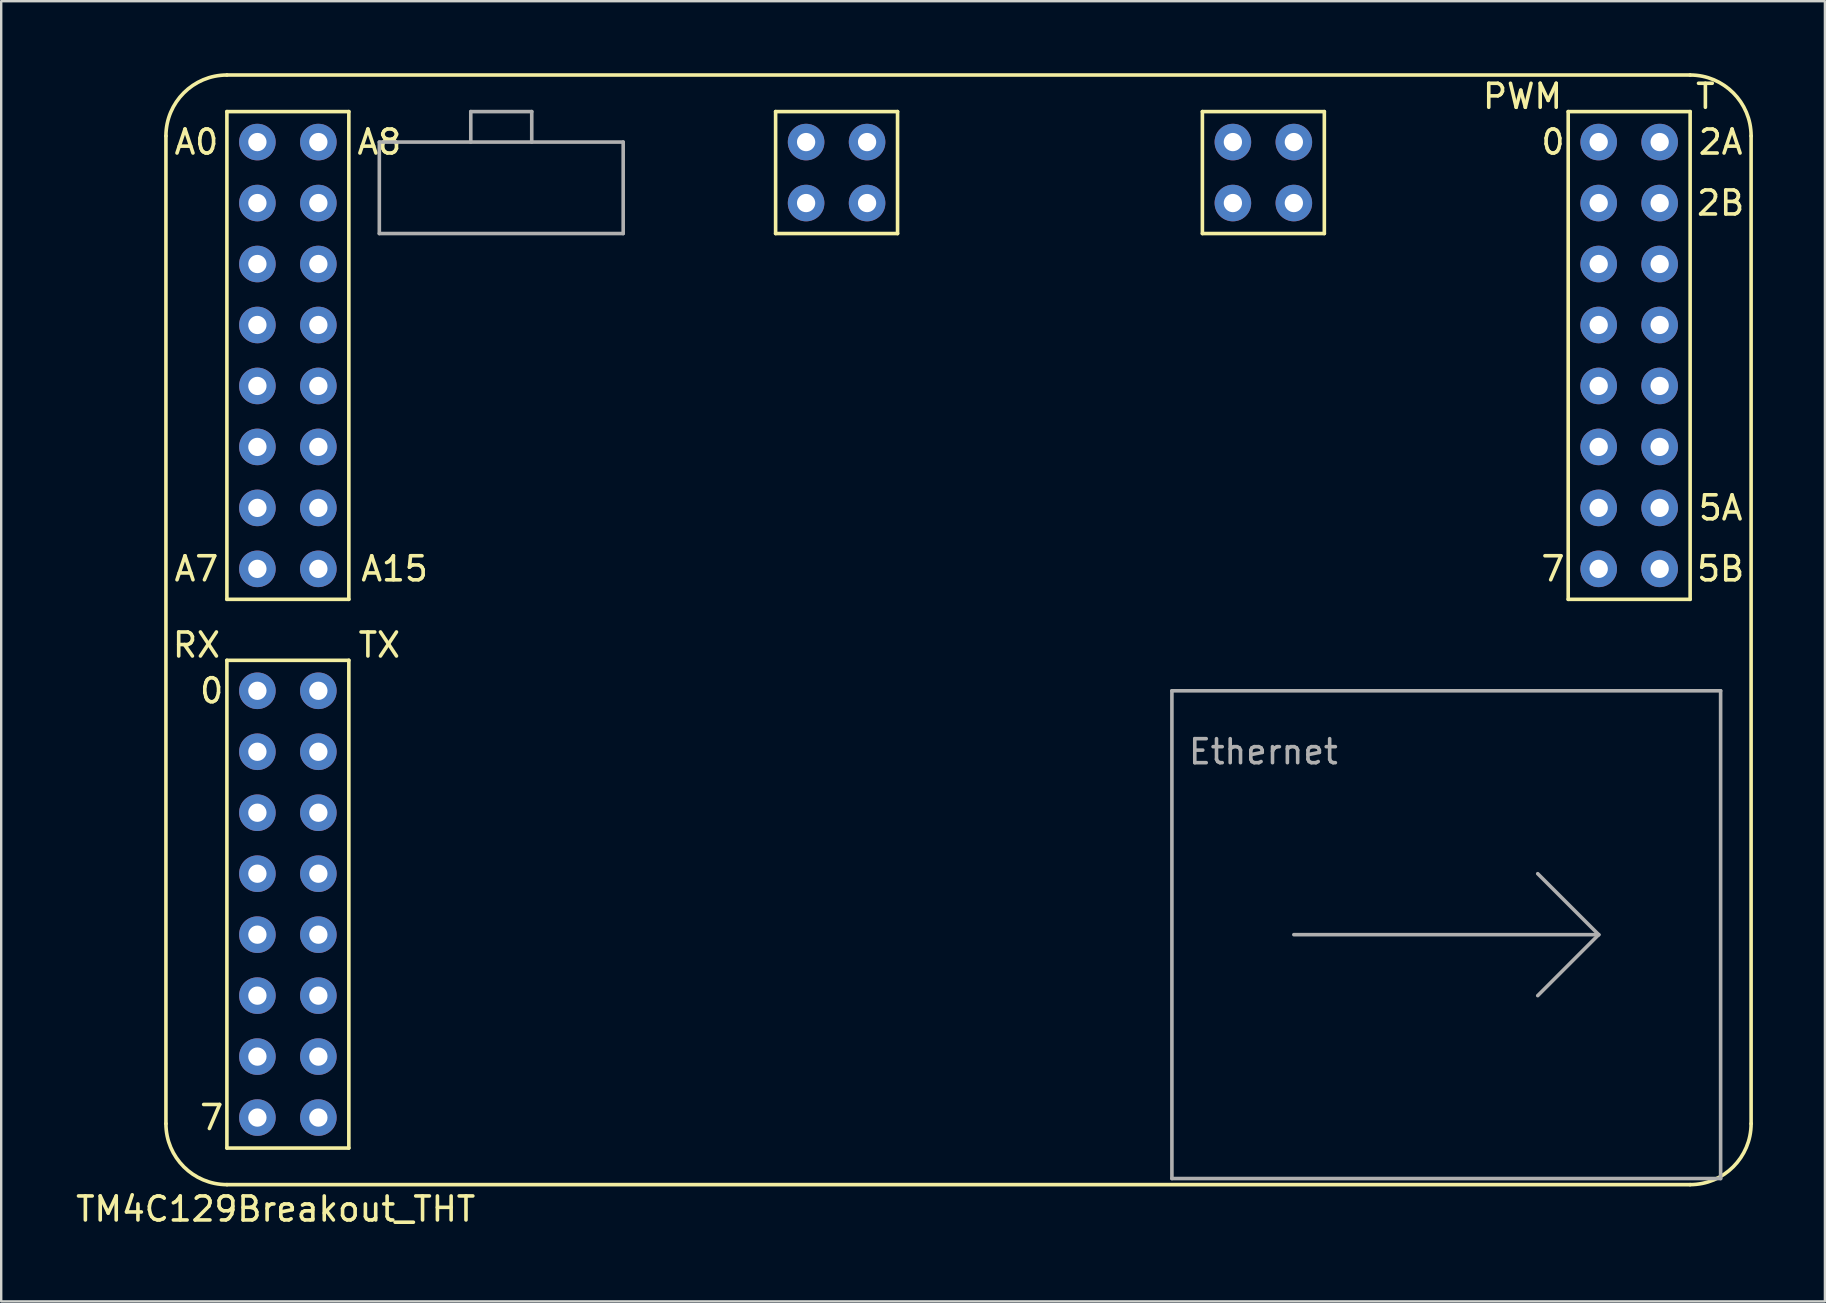
<source format=kicad_pcb>
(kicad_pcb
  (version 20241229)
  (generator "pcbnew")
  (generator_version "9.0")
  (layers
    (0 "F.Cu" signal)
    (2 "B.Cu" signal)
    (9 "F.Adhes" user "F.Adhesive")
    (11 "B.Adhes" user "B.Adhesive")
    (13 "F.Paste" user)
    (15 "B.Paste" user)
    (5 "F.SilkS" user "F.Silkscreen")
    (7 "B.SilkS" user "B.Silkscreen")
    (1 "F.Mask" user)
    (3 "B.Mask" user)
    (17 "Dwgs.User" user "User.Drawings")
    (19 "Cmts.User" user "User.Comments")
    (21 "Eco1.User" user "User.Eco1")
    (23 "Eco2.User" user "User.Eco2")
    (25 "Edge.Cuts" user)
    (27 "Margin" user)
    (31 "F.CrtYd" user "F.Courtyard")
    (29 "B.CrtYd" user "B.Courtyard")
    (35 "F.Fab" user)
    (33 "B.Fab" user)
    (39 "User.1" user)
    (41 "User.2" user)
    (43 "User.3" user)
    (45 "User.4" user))
  (footprint "TM4C129Breakout_THT"
    (layer "F.Cu")
    (at 5.133 0.329)
    (property "Reference" "TM4C129Breakout_THT" (at 3.302 46.99 0) (layer "F.SilkS") (effects (font (size 1 1) (thickness 0.15))))
    (attr through_hole)
    (fp_line (start -1.27 43.434) (end -1.27 2.286) (stroke (width 0.15) (type solid)) (layer "F.SilkS"))
    (fp_line (start 1.27 -0.254) (end 62.23 -0.254) (stroke (width 0.15) (type solid)) (layer "F.SilkS"))
    (fp_line (start 1.27 1.27) (end 6.35 1.27) (stroke (width 0.15) (type solid)) (layer "F.SilkS"))
    (fp_line (start 1.27 21.59) (end 1.27 1.27) (stroke (width 0.15) (type solid)) (layer "F.SilkS"))
    (fp_line (start 1.27 24.13) (end 1.27 44.45) (stroke (width 0.15) (type solid)) (layer "F.SilkS"))
    (fp_line (start 1.27 44.45) (end 6.35 44.45) (stroke (width 0.15) (type solid)) (layer "F.SilkS"))
    (fp_line (start 6.35 1.27) (end 6.35 21.59) (stroke (width 0.15) (type solid)) (layer "F.SilkS"))
    (fp_line (start 6.35 21.59) (end 1.27 21.59) (stroke (width 0.15) (type solid)) (layer "F.SilkS"))
    (fp_line (start 6.35 24.13) (end 1.27 24.13) (stroke (width 0.15) (type solid)) (layer "F.SilkS"))
    (fp_line (start 6.35 44.45) (end 6.35 24.13) (stroke (width 0.15) (type solid)) (layer "F.SilkS"))
    (fp_line (start 24.13 1.27) (end 29.21 1.27) (stroke (width 0.15) (type solid)) (layer "F.SilkS"))
    (fp_line (start 24.13 6.35) (end 24.13 1.27) (stroke (width 0.15) (type solid)) (layer "F.SilkS"))
    (fp_line (start 29.21 1.27) (end 29.21 6.35) (stroke (width 0.15) (type solid)) (layer "F.SilkS"))
    (fp_line (start 29.21 6.35) (end 24.13 6.35) (stroke (width 0.15) (type solid)) (layer "F.SilkS"))
    (fp_line (start 41.91 1.27) (end 46.99 1.27) (stroke (width 0.15) (type solid)) (layer "F.SilkS"))
    (fp_line (start 41.91 6.35) (end 41.91 1.27) (stroke (width 0.15) (type solid)) (layer "F.SilkS"))
    (fp_line (start 46.99 1.27) (end 46.99 6.35) (stroke (width 0.15) (type solid)) (layer "F.SilkS"))
    (fp_line (start 46.99 6.35) (end 41.91 6.35) (stroke (width 0.15) (type solid)) (layer "F.SilkS"))
    (fp_line (start 57.15 1.27) (end 57.15 21.59) (stroke (width 0.15) (type solid)) (layer "F.SilkS"))
    (fp_line (start 57.15 21.59) (end 62.23 21.59) (stroke (width 0.15) (type solid)) (layer "F.SilkS"))
    (fp_line (start 62.23 1.27) (end 57.15 1.27) (stroke (width 0.15) (type solid)) (layer "F.SilkS"))
    (fp_line (start 62.23 21.59) (end 62.23 1.27) (stroke (width 0.15) (type solid)) (layer "F.SilkS"))
    (fp_line (start 62.23 45.974) (end 1.27 45.974) (stroke (width 0.15) (type solid)) (layer "F.SilkS"))
    (fp_line (start 64.77 2.286) (end 64.77 43.434) (stroke (width 0.15) (type solid)) (layer "F.SilkS"))
    (fp_arc (start -1.27 2.286) (mid -0.526051 0.489949) (end 1.27 -0.254) (stroke (width 0.15) (type solid)) (layer "F.SilkS"))
    (fp_arc (start 1.27 45.974) (mid -0.526051 45.230051) (end -1.27 43.434) (stroke (width 0.15) (type solid)) (layer "F.SilkS"))
    (fp_arc (start 62.23 -0.254) (mid 64.026051 0.489949) (end 64.77 2.286) (stroke (width 0.15) (type solid)) (layer "F.SilkS"))
    (fp_arc (start 64.77 43.434) (mid 64.026051 45.230051) (end 62.23 45.974) (stroke (width 0.15) (type solid)) (layer "F.SilkS"))
    (fp_line (start 7.62 2.54) (end 17.78 2.54) (stroke (width 0.15) (type solid)) (layer "F.Fab"))
    (fp_line (start 7.62 6.35) (end 7.62 2.54) (stroke (width 0.15) (type solid)) (layer "F.Fab"))
    (fp_line (start 11.43 1.27) (end 11.43 2.54) (stroke (width 0.15) (type solid)) (layer "F.Fab"))
    (fp_line (start 13.97 1.27) (end 11.43 1.27) (stroke (width 0.15) (type solid)) (layer "F.Fab"))
    (fp_line (start 13.97 2.54) (end 13.97 1.27) (stroke (width 0.15) (type solid)) (layer "F.Fab"))
    (fp_line (start 17.78 2.54) (end 17.78 6.35) (stroke (width 0.15) (type solid)) (layer "F.Fab"))
    (fp_line (start 17.78 6.35) (end 7.62 6.35) (stroke (width 0.15) (type solid)) (layer "F.Fab"))
    (fp_line (start 40.64 25.4) (end 40.64 45.72) (stroke (width 0.15) (type solid)) (layer "F.Fab"))
    (fp_line (start 40.64 45.72) (end 63.5 45.72) (stroke (width 0.15) (type solid)) (layer "F.Fab"))
    (fp_line (start 45.72 35.56) (end 58.42 35.56) (stroke (width 0.15) (type solid)) (layer "F.Fab"))
    (fp_line (start 58.42 35.56) (end 55.88 33.02) (stroke (width 0.15) (type solid)) (layer "F.Fab"))
    (fp_line (start 58.42 35.56) (end 55.88 38.1) (stroke (width 0.15) (type solid)) (layer "F.Fab"))
    (fp_line (start 63.5 25.4) (end 40.64 25.4) (stroke (width 0.15) (type solid)) (layer "F.Fab"))
    (fp_line (start 63.5 45.72) (end 63.5 25.4) (stroke (width 0.15) (type solid)) (layer "F.Fab"))
    (fp_text user "TX" (at 7.62 23.495 0) (layer "F.SilkS") (effects (font (size 1 1) (thickness 0.15))))
    (fp_text user "PWM" (at 55.245 0.635 0) (layer "F.SilkS") (effects (font (size 1 1) (thickness 0.15))))
    (fp_text user "2A" (at 63.5 2.54 0) (layer "F.SilkS") (effects (font (size 1 1) (thickness 0.15))))
    (fp_text user "5A" (at 63.5 17.78 0) (layer "F.SilkS") (effects (font (size 1 1) (thickness 0.15))))
    (fp_text user "A15" (at 8.255 20.32 180) (layer "F.SilkS") (effects (font (size 1 1) (thickness 0.15))))
    (fp_text user "7" (at 0.635 43.18 0) (layer "F.SilkS") (effects (font (size 1 1) (thickness 0.15))))
    (fp_text user "7" (at 56.515 20.32 0) (layer "F.SilkS") (effects (font (size 1 1) (thickness 0.15))))
    (fp_text user "A8" (at 7.62 2.54 180) (layer "F.SilkS") (effects (font (size 1 1) (thickness 0.15))))
    (fp_text user "A7" (at 0 20.32 180) (layer "F.SilkS") (effects (font (size 1 1) (thickness 0.15))))
    (fp_text user "A0" (at 0 2.54 180) (layer "F.SilkS") (effects (font (size 1 1) (thickness 0.15))))
    (fp_text user "T" (at 62.865 0.635 0) (layer "F.SilkS") (effects (font (size 1 1) (thickness 0.15))))
    (fp_text user "RX" (at 0 23.495 0) (layer "F.SilkS") (effects (font (size 1 1) (thickness 0.15))))
    (fp_text user "0" (at 56.515 2.54 0) (layer "F.SilkS") (effects (font (size 1 1) (thickness 0.15))))
    (fp_text user "2B" (at 63.5 5.08 0) (layer "F.SilkS") (effects (font (size 1 1) (thickness 0.15))))
    (fp_text user "0" (at 0.635 25.4 0) (layer "F.SilkS") (effects (font (size 1 1) (thickness 0.15))))
    (fp_text user "5B" (at 63.5 20.32 0) (layer "F.SilkS") (effects (font (size 1 1) (thickness 0.15))))
    (fp_text user "Ethernet" (at 44.45 27.94 0) (layer "F.Fab") (effects (font (size 1 1) (thickness 0.15))))
    (pad "+3V3" thru_hole circle (at 25.4 2.54) (size 1.524 1.524) (drill 0.762) (layers "*.Cu" "*.Mask"))
    (pad "+3V3" thru_hole circle (at 43.18 2.54) (size 1.524 1.524) (drill 0.762) (layers "*.Cu" "*.Mask"))
    (pad "+3V3" thru_hole circle (at 43.18 5.08) (size 1.524 1.524) (drill 0.762) (layers "*.Cu" "*.Mask"))
    (pad "GND" thru_hole circle (at 27.94 2.54) (size 1.524 1.524) (drill 0.762) (layers "*.Cu" "*.Mask"))
    (pad "GND" thru_hole circle (at 45.72 2.54) (size 1.524 1.524) (drill 0.762) (layers "*.Cu" "*.Mask"))
    (pad "GND" thru_hole circle (at 45.72 5.08) (size 1.524 1.524) (drill 0.762) (layers "*.Cu" "*.Mask"))
    (pad "NC" thru_hole circle (at 58.42 2.54) (size 1.524 1.524) (drill 0.762) (layers "*.Cu" "*.Mask"))
    (pad "PA0" thru_hole circle (at 2.54 25.4) (size 1.524 1.524) (drill 0.762) (layers "*.Cu" "*.Mask"))
    (pad "PA1" thru_hole circle (at 5.08 25.4) (size 1.524 1.524) (drill 0.762) (layers "*.Cu" "*.Mask"))
    (pad "PA4" thru_hole circle (at 2.54 33.02) (size 1.524 1.524) (drill 0.762) (layers "*.Cu" "*.Mask"))
    (pad "PA5" thru_hole circle (at 5.08 33.02) (size 1.524 1.524) (drill 0.762) (layers "*.Cu" "*.Mask"))
    (pad "PA6" thru_hole circle (at 2.54 30.48) (size 1.524 1.524) (drill 0.762) (layers "*.Cu" "*.Mask"))
    (pad "PA7" thru_hole circle (at 5.08 30.48) (size 1.524 1.524) (drill 0.762) (layers "*.Cu" "*.Mask"))
    (pad "PB0" thru_hole circle (at 2.54 27.94) (size 1.524 1.524) (drill 0.762) (layers "*.Cu" "*.Mask"))
    (pad "PB1" thru_hole circle (at 5.08 27.94) (size 1.524 1.524) (drill 0.762) (layers "*.Cu" "*.Mask"))
    (pad "PB2" thru_hole circle (at 27.94 5.08) (size 1.524 1.524) (drill 0.762) (layers "*.Cu" "*.Mask"))
    (pad "PB3" thru_hole circle (at 25.4 5.08) (size 1.524 1.524) (drill 0.762) (layers "*.Cu" "*.Mask"))
    (pad "PB4" thru_hole circle (at 5.08 7.62) (size 1.524 1.524) (drill 0.762) (layers "*.Cu" "*.Mask"))
    (pad "PB5" thru_hole circle (at 5.08 10.16) (size 1.524 1.524) (drill 0.762) (layers "*.Cu" "*.Mask"))
    (pad "PC4" thru_hole circle (at 2.54 43.18) (size 1.524 1.524) (drill 0.762) (layers "*.Cu" "*.Mask"))
    (pad "PC5" thru_hole circle (at 5.08 43.18) (size 1.524 1.524) (drill 0.762) (layers "*.Cu" "*.Mask"))
    (pad "PC6" thru_hole circle (at 2.54 38.1) (size 1.524 1.524) (drill 0.762) (layers "*.Cu" "*.Mask"))
    (pad "PC7" thru_hole circle (at 5.08 38.1) (size 1.524 1.524) (drill 0.762) (layers "*.Cu" "*.Mask"))
    (pad "PD0" thru_hole circle (at 5.08 20.32) (size 1.524 1.524) (drill 0.762) (layers "*.Cu" "*.Mask"))
    (pad "PD1" thru_hole circle (at 5.08 17.78) (size 1.524 1.524) (drill 0.762) (layers "*.Cu" "*.Mask"))
    (pad "PD2" thru_hole circle (at 5.08 15.24) (size 1.524 1.524) (drill 0.762) (layers "*.Cu" "*.Mask"))
    (pad "PD3" thru_hole circle (at 5.08 12.7) (size 1.524 1.524) (drill 0.762) (layers "*.Cu" "*.Mask"))
    (pad "PD4" thru_hole circle (at 2.54 20.32) (size 1.524 1.524) (drill 0.762) (layers "*.Cu" "*.Mask"))
    (pad "PD5" thru_hole circle (at 2.54 17.78) (size 1.524 1.524) (drill 0.762) (layers "*.Cu" "*.Mask"))
    (pad "PD6" thru_hole circle (at 2.54 15.24) (size 1.524 1.524) (drill 0.762) (layers "*.Cu" "*.Mask"))
    (pad "PD7" thru_hole circle (at 2.54 12.7) (size 1.524 1.524) (drill 0.762) (layers "*.Cu" "*.Mask"))
    (pad "PE0" thru_hole circle (at 2.54 10.16) (size 1.524 1.524) (drill 0.762) (layers "*.Cu" "*.Mask"))
    (pad "PE1" thru_hole circle (at 2.54 7.62) (size 1.524 1.524) (drill 0.762) (layers "*.Cu" "*.Mask"))
    (pad "PE2" thru_hole circle (at 2.54 5.08) (size 1.524 1.524) (drill 0.762) (layers "*.Cu" "*.Mask"))
    (pad "PE3" thru_hole circle (at 2.54 2.54) (size 1.524 1.524) (drill 0.762) (layers "*.Cu" "*.Mask"))
    (pad "PE4" thru_hole circle (at 5.08 5.08) (size 1.524 1.524) (drill 0.762) (layers "*.Cu" "*.Mask"))
    (pad "PE5" thru_hole circle (at 5.08 2.54) (size 1.524 1.524) (drill 0.762) (layers "*.Cu" "*.Mask"))
    (pad "PF1" thru_hole circle (at 58.42 5.08) (size 1.524 1.524) (drill 0.762) (layers "*.Cu" "*.Mask"))
    (pad "PF2" thru_hole circle (at 58.42 7.62) (size 1.524 1.524) (drill 0.762) (layers "*.Cu" "*.Mask"))
    (pad "PF3" thru_hole circle (at 58.42 10.16) (size 1.524 1.524) (drill 0.762) (layers "*.Cu" "*.Mask"))
    (pad "PG0" thru_hole circle (at 58.42 12.7) (size 1.524 1.524) (drill 0.762) (layers "*.Cu" "*.Mask"))
    (pad "PG1" thru_hole circle (at 58.42 15.24) (size 1.524 1.524) (drill 0.762) (layers "*.Cu" "*.Mask"))
    (pad "PK0" thru_hole circle (at 2.54 35.56) (size 1.524 1.524) (drill 0.762) (layers "*.Cu" "*.Mask"))
    (pad "PK1" thru_hole circle (at 5.08 35.56) (size 1.524 1.524) (drill 0.762) (layers "*.Cu" "*.Mask"))
    (pad "PK4" thru_hole circle (at 58.42 17.78) (size 1.524 1.524) (drill 0.762) (layers "*.Cu" "*.Mask"))
    (pad "PK5" thru_hole circle (at 58.42 20.32) (size 1.524 1.524) (drill 0.762) (layers "*.Cu" "*.Mask"))
    (pad "PM0" thru_hole circle (at 60.96 2.54) (size 1.524 1.524) (drill 0.762) (layers "*.Cu" "*.Mask"))
    (pad "PM1" thru_hole circle (at 60.96 5.08) (size 1.524 1.524) (drill 0.762) (layers "*.Cu" "*.Mask"))
    (pad "PM2" thru_hole circle (at 60.96 7.62) (size 1.524 1.524) (drill 0.762) (layers "*.Cu" "*.Mask"))
    (pad "PM3" thru_hole circle (at 60.96 10.16) (size 1.524 1.524) (drill 0.762) (layers "*.Cu" "*.Mask"))
    (pad "PM4" thru_hole circle (at 60.96 12.7) (size 1.524 1.524) (drill 0.762) (layers "*.Cu" "*.Mask"))
    (pad "PM5" thru_hole circle (at 60.96 15.24) (size 1.524 1.524) (drill 0.762) (layers "*.Cu" "*.Mask"))
    (pad "PM6" thru_hole circle (at 60.96 17.78) (size 1.524 1.524) (drill 0.762) (layers "*.Cu" "*.Mask"))
    (pad "PM7" thru_hole circle (at 60.96 20.32) (size 1.524 1.524) (drill 0.762) (layers "*.Cu" "*.Mask"))
    (pad "PP0" thru_hole circle (at 2.54 40.64) (size 1.524 1.524) (drill 0.762) (layers "*.Cu" "*.Mask"))
    (pad "PP1" thru_hole circle (at 5.08 40.64) (size 1.524 1.524) (drill 0.762) (layers "*.Cu" "*.Mask")))
  (gr_rect
    (start -3 -3)
    (end 72.978 51.167)
    (stroke (width 0.1) (type default))
    (fill no)
    (layer "Edge.Cuts")))
</source>
